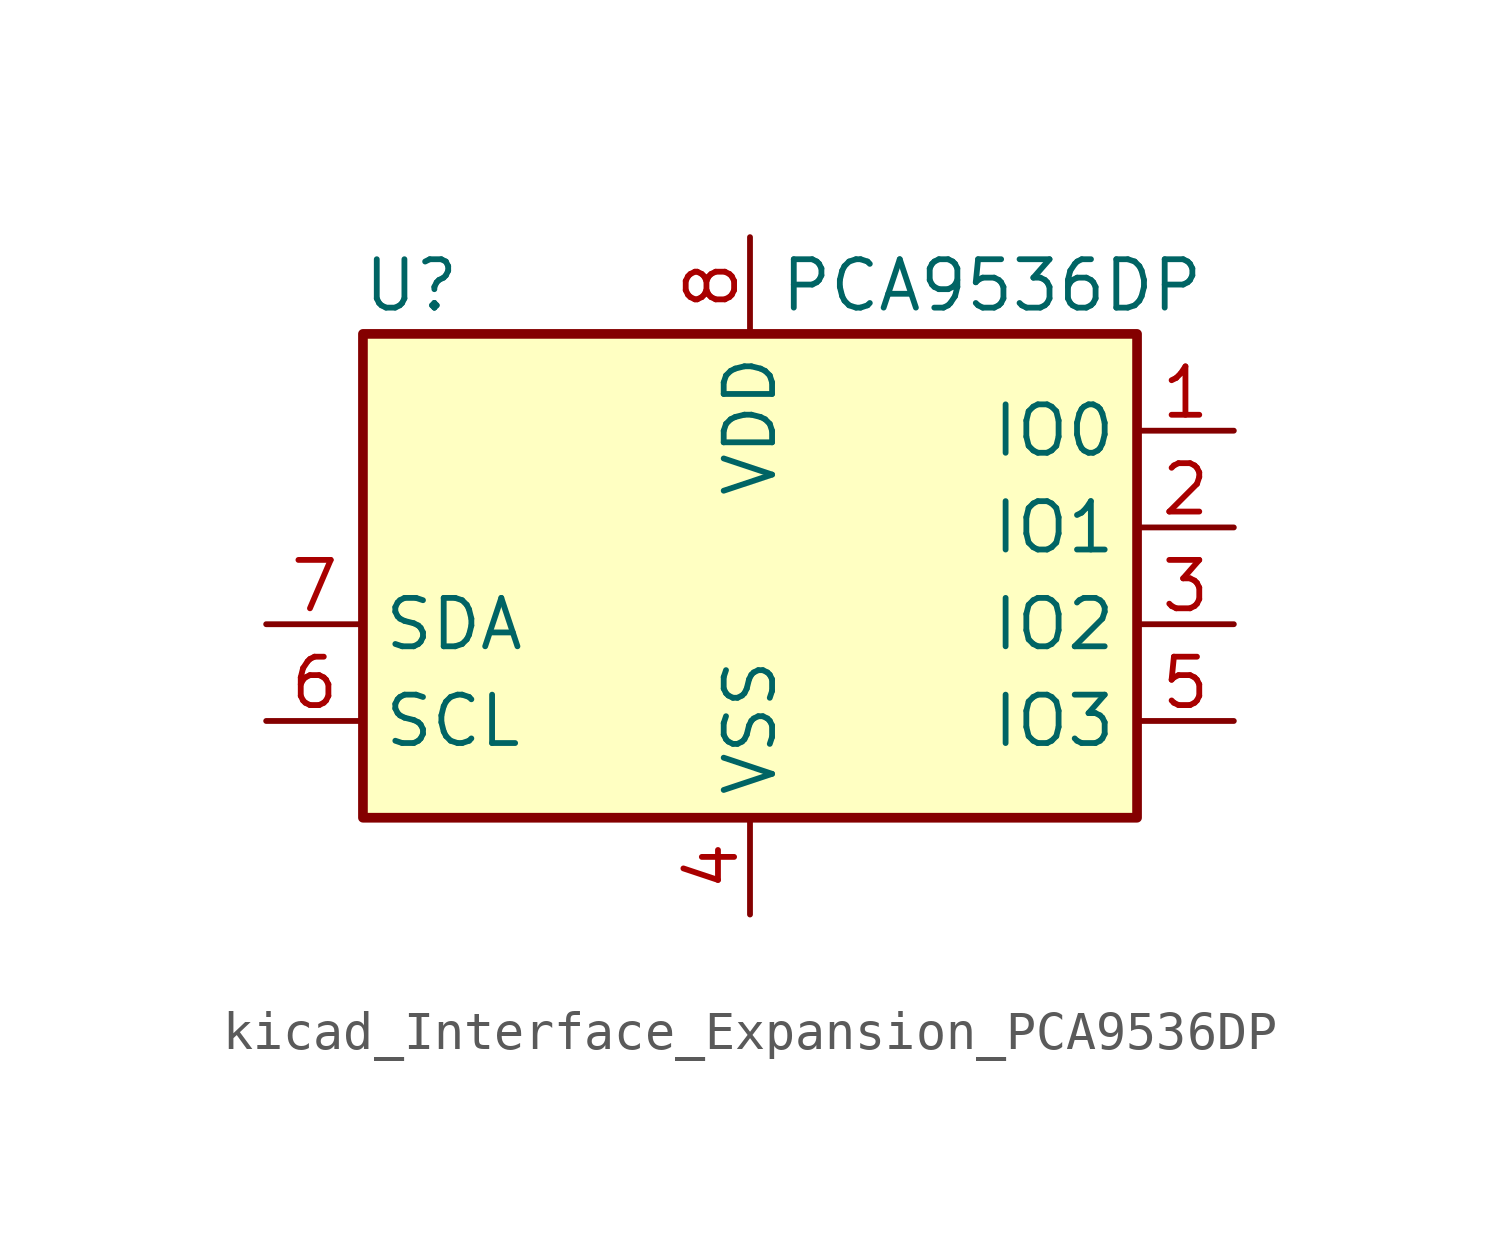
<source format=kicad_sym>
(kicad_symbol_lib
  (version 20220914)
  (generator kicad_symbol_editor)
  (symbol "kicad_Interface_Expansion_PCA9536DP"
    (property "Reference" "U"
      (at -8.89 6.35 0)
      (effects (font (size 1.27 1.27))))
    (property "Value" "PCA9536DP"
      (at 6.35 6.35 0)
      (effects (font (size 1.27 1.27))))
    (symbol "kicad_Interface_Expansion_PCA9536DP_0_1"
      (rectangle (start -10.16 5.08) (end 10.16 -7.62) (stroke (width 0.254) (type default)) (fill (type background))))
    (symbol "kicad_Interface_Expansion_PCA9536DP_1_1"
      (pin bidirectional line (at 12.7 2.54 180) (length 2.54) (name "IO0" (effects (font (size 1.27 1.27)))) (number "1" (effects (font (size 1.27 1.27)))))
      (pin bidirectional line (at 12.7 0 180) (length 2.54) (name "IO1" (effects (font (size 1.27 1.27)))) (number "2" (effects (font (size 1.27 1.27)))))
      (pin bidirectional line (at 12.7 -2.54 180) (length 2.54) (name "IO2" (effects (font (size 1.27 1.27)))) (number "3" (effects (font (size 1.27 1.27)))))
      (pin power_in line (at 0 -10.16 90) (length 2.54) (name "VSS" (effects (font (size 1.27 1.27)))) (number "4" (effects (font (size 1.27 1.27)))))
      (pin bidirectional line (at 12.7 -5.08 180) (length 2.54) (name "IO3" (effects (font (size 1.27 1.27)))) (number "5" (effects (font (size 1.27 1.27)))))
      (pin input line (at -12.7 -5.08 0) (length 2.54) (name "SCL" (effects (font (size 1.27 1.27)))) (number "6" (effects (font (size 1.27 1.27)))))
      (pin bidirectional line (at -12.7 -2.54 0) (length 2.54) (name "SDA" (effects (font (size 1.27 1.27)))) (number "7" (effects (font (size 1.27 1.27)))))
      (pin power_in line (at 0 7.62 270) (length 2.54) (name "VDD" (effects (font (size 1.27 1.27)))) (number "8" (effects (font (size 1.27 1.27))))))))
</source>
